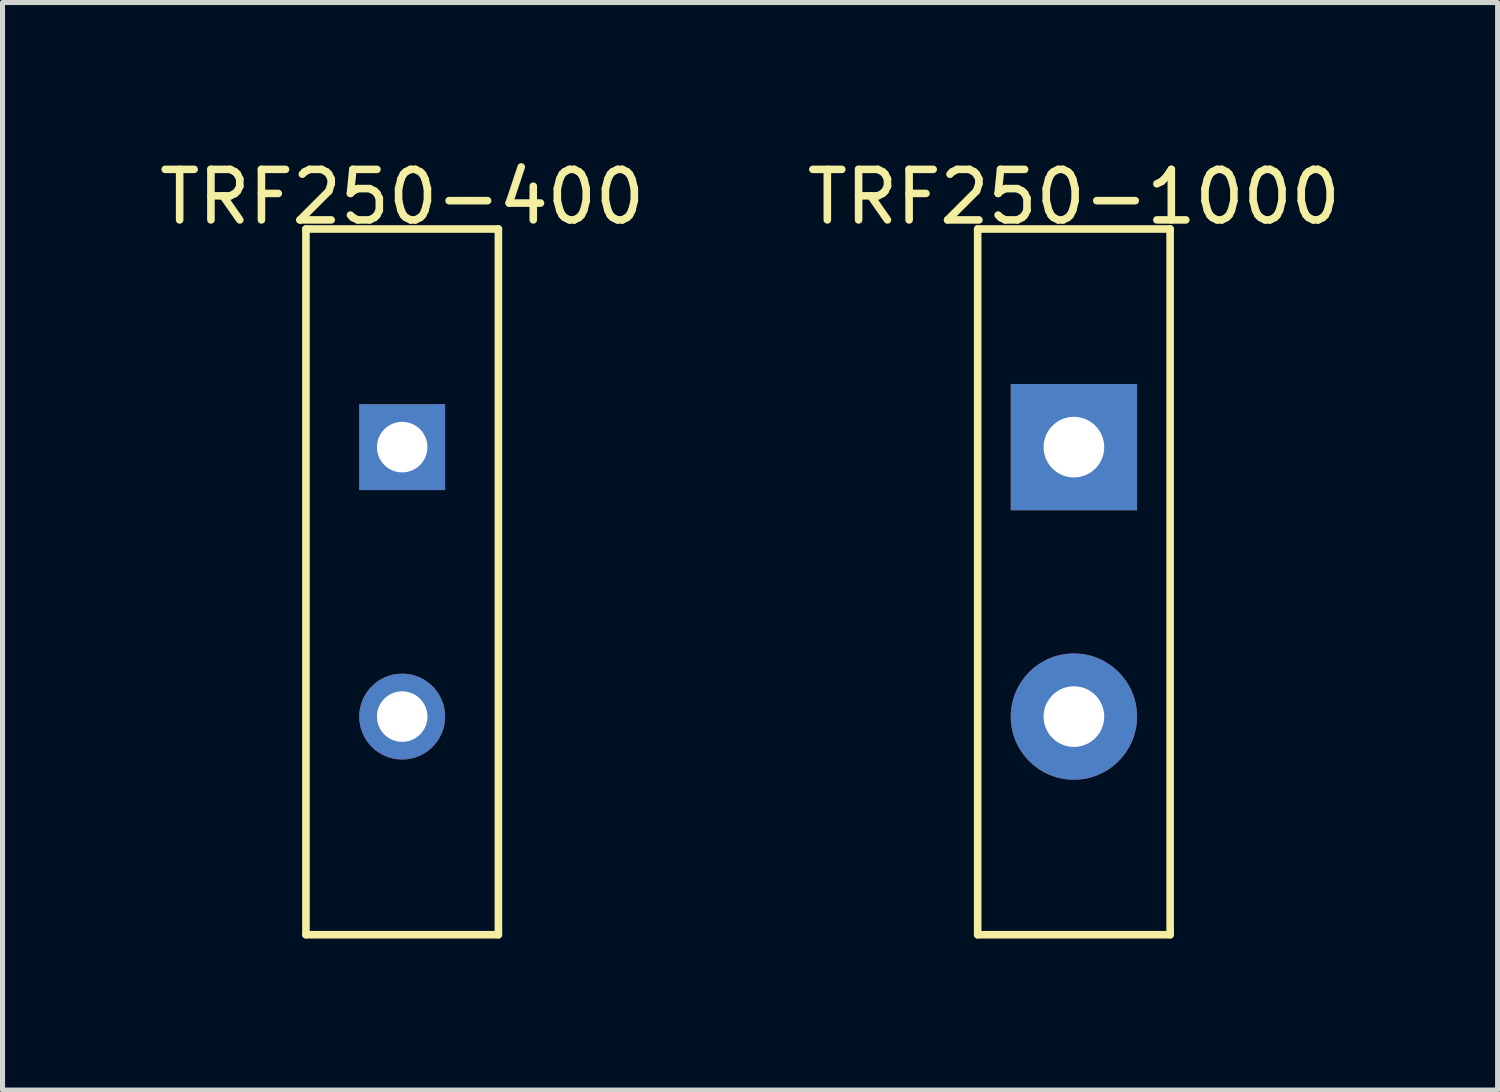
<source format=kicad_pcb>
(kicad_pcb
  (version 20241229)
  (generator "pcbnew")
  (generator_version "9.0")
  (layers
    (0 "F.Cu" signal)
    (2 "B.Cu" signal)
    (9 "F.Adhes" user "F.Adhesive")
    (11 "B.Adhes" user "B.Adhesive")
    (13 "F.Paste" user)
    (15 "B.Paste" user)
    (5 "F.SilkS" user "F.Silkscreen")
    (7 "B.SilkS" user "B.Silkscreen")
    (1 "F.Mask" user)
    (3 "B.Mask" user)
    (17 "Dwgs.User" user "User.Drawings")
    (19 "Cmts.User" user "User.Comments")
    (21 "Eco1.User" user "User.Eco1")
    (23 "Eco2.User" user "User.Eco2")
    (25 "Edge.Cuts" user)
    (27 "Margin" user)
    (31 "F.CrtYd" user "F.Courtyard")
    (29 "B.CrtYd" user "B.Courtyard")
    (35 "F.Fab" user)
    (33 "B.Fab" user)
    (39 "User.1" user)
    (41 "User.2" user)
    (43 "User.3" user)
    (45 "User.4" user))
  (footprint "TRF250-400"
    (layer "F.Cu")
    (at 4.911 8.468)
    (property "Reference" "TRF250-400" (at 0 -7.62 0) (layer "F.SilkS") (effects (font (size 1 1) (thickness 0.15))))
    (attr through_hole)
    (fp_line (start -1.905 -6.985) (end -1.905 6.985) (stroke (width 0.15) (type solid)) (layer "F.SilkS"))
    (fp_line (start -1.905 -6.985) (end 1.905 -6.985) (stroke (width 0.15) (type solid)) (layer "F.SilkS"))
    (fp_line (start 1.905 6.985) (end -1.905 6.985) (stroke (width 0.15) (type solid)) (layer "F.SilkS"))
    (fp_line (start 1.905 6.985) (end 1.905 -6.985) (stroke (width 0.15) (type solid)) (layer "F.SilkS"))
    (pad "1" thru_hole rect (at 0 -2.667) (size 1.7 1.7) (drill 1) (layers "*.Cu" "*.Mask"))
    (pad "2" thru_hole oval (at 0 2.667) (size 1.7 1.7) (drill 1) (layers "*.Cu" "*.Mask")))
  (footprint "TRF250-1000"
    (layer "F.Cu")
    (at 18.208 8.468)
    (property "Reference" "TRF250-1000" (at 0 -7.62 0) (layer "F.SilkS") (effects (font (size 1 1) (thickness 0.15))))
    (attr through_hole)
    (fp_line (start -1.905 -6.985) (end -1.905 6.985) (stroke (width 0.15) (type solid)) (layer "F.SilkS"))
    (fp_line (start -1.905 -6.985) (end 1.905 -6.985) (stroke (width 0.15) (type solid)) (layer "F.SilkS"))
    (fp_line (start 1.905 6.985) (end -1.905 6.985) (stroke (width 0.15) (type solid)) (layer "F.SilkS"))
    (fp_line (start 1.905 6.985) (end 1.905 -6.985) (stroke (width 0.15) (type solid)) (layer "F.SilkS"))
    (pad "1" thru_hole rect (at 0 -2.667) (size 2.5 2.5) (drill 1.2) (layers "*.Cu" "*.Mask"))
    (pad "2" thru_hole oval (at 0 2.667) (size 2.5 2.5) (drill 1.2) (layers "*.Cu" "*.Mask")))
  (gr_rect
    (start -3 -3)
    (end 26.595 18.528)
    (stroke (width 0.1) (type default))
    (fill no)
    (layer "Edge.Cuts")))
</source>
